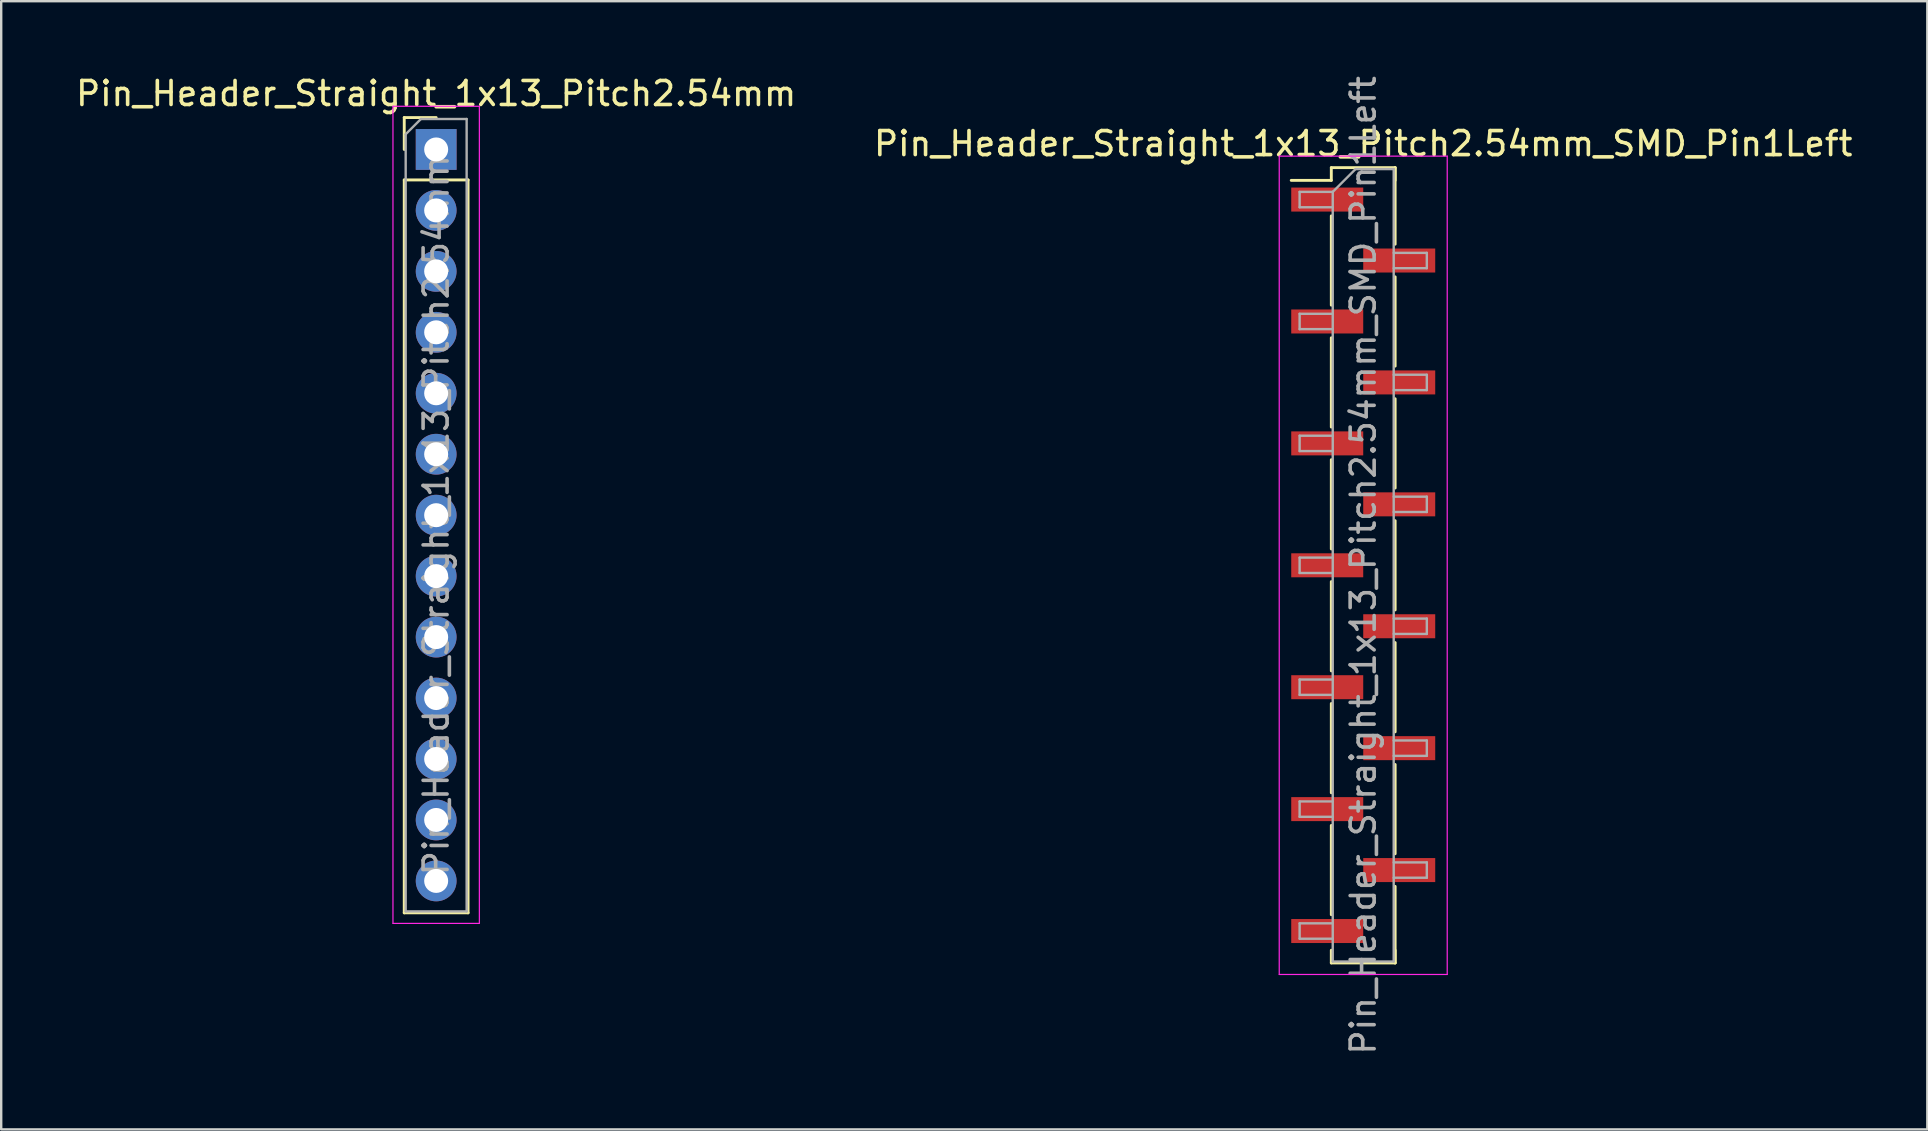
<source format=kicad_pcb>
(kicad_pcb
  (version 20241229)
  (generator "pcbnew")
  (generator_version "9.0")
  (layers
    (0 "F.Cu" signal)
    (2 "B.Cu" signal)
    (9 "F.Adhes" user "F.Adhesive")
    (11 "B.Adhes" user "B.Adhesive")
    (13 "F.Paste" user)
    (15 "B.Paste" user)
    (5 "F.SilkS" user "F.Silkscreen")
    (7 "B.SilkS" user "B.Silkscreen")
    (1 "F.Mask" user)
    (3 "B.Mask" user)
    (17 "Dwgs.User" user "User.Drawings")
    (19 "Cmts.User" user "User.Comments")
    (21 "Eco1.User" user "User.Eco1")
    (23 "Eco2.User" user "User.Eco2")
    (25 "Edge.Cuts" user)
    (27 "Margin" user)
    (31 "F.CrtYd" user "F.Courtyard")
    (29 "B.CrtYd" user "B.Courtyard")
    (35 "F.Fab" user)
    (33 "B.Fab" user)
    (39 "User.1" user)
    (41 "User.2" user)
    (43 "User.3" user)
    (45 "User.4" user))
  (footprint "Pin_Header_Straight_1x13_Pitch2.54mm_SMD_Pin1Left"
    (layer "F.Cu")
    (at 53.756 20.506)
    (property "Reference" "Pin_Header_Straight_1x13_Pitch2.54mm_SMD_Pin1Left" (at 0 -17.57 0) (layer "F.SilkS") (effects (font (size 1 1) (thickness 0.15))))
    (attr smd)
    (fp_line (start -1.33 -16.57) (end 1.33 -16.57) (stroke (width 0.12) (type solid)) (layer "F.SilkS"))
    (fp_line (start -1.33 -16.04) (end -3 -16.04) (stroke (width 0.12) (type solid)) (layer "F.SilkS"))
    (fp_line (start -1.33 -16.04) (end -1.33 -16.57) (stroke (width 0.12) (type solid)) (layer "F.SilkS"))
    (fp_line (start -1.33 -14.56) (end -1.33 -10.84) (stroke (width 0.12) (type solid)) (layer "F.SilkS"))
    (fp_line (start -1.33 -9.48) (end -1.33 -5.76) (stroke (width 0.12) (type solid)) (layer "F.SilkS"))
    (fp_line (start -1.33 -4.4) (end -1.33 -0.68) (stroke (width 0.12) (type solid)) (layer "F.SilkS"))
    (fp_line (start -1.33 0.68) (end -1.33 4.4) (stroke (width 0.12) (type solid)) (layer "F.SilkS"))
    (fp_line (start -1.33 5.76) (end -1.33 9.48) (stroke (width 0.12) (type solid)) (layer "F.SilkS"))
    (fp_line (start -1.33 10.84) (end -1.33 14.56) (stroke (width 0.12) (type solid)) (layer "F.SilkS"))
    (fp_line (start -1.33 16.04) (end -1.33 16.57) (stroke (width 0.12) (type solid)) (layer "F.SilkS"))
    (fp_line (start -1.33 16.57) (end 1.33 16.57) (stroke (width 0.12) (type solid)) (layer "F.SilkS"))
    (fp_line (start 1.33 -16.57) (end 1.33 -16.04) (stroke (width 0.12) (type solid)) (layer "F.SilkS"))
    (fp_line (start 1.33 -16.57) (end 1.33 -13.38) (stroke (width 0.12) (type solid)) (layer "F.SilkS"))
    (fp_line (start 1.33 -12.02) (end 1.33 -8.3) (stroke (width 0.12) (type solid)) (layer "F.SilkS"))
    (fp_line (start 1.33 -6.94) (end 1.33 -3.22) (stroke (width 0.12) (type solid)) (layer "F.SilkS"))
    (fp_line (start 1.33 -1.86) (end 1.33 1.86) (stroke (width 0.12) (type solid)) (layer "F.SilkS"))
    (fp_line (start 1.33 3.22) (end 1.33 6.94) (stroke (width 0.12) (type solid)) (layer "F.SilkS"))
    (fp_line (start 1.33 8.3) (end 1.33 12.02) (stroke (width 0.12) (type solid)) (layer "F.SilkS"))
    (fp_line (start 1.33 13.38) (end 1.33 16.57) (stroke (width 0.12) (type solid)) (layer "F.SilkS"))
    (fp_line (start 1.33 16.57) (end 1.33 16.04) (stroke (width 0.12) (type solid)) (layer "F.SilkS"))
    (fp_line (start -3.5 -17.05) (end -3.5 17.05) (stroke (width 0.05) (type solid)) (layer "F.CrtYd"))
    (fp_line (start -3.5 17.05) (end 3.5 17.05) (stroke (width 0.05) (type solid)) (layer "F.CrtYd"))
    (fp_line (start 3.5 -17.05) (end -3.5 -17.05) (stroke (width 0.05) (type solid)) (layer "F.CrtYd"))
    (fp_line (start 3.5 17.05) (end 3.5 -17.05) (stroke (width 0.05) (type solid)) (layer "F.CrtYd"))
    (fp_line (start -2.65 -15.56) (end -2.65 -14.92) (stroke (width 0.1) (type solid)) (layer "F.Fab"))
    (fp_line (start -2.65 -14.92) (end -1.27 -14.92) (stroke (width 0.1) (type solid)) (layer "F.Fab"))
    (fp_line (start -2.65 -10.48) (end -2.65 -9.84) (stroke (width 0.1) (type solid)) (layer "F.Fab"))
    (fp_line (start -2.65 -9.84) (end -1.27 -9.84) (stroke (width 0.1) (type solid)) (layer "F.Fab"))
    (fp_line (start -2.65 -5.4) (end -2.65 -4.76) (stroke (width 0.1) (type solid)) (layer "F.Fab"))
    (fp_line (start -2.65 -4.76) (end -1.27 -4.76) (stroke (width 0.1) (type solid)) (layer "F.Fab"))
    (fp_line (start -2.65 -0.32) (end -2.65 0.32) (stroke (width 0.1) (type solid)) (layer "F.Fab"))
    (fp_line (start -2.65 0.32) (end -1.27 0.32) (stroke (width 0.1) (type solid)) (layer "F.Fab"))
    (fp_line (start -2.65 4.76) (end -2.65 5.4) (stroke (width 0.1) (type solid)) (layer "F.Fab"))
    (fp_line (start -2.65 5.4) (end -1.27 5.4) (stroke (width 0.1) (type solid)) (layer "F.Fab"))
    (fp_line (start -2.65 9.84) (end -2.65 10.48) (stroke (width 0.1) (type solid)) (layer "F.Fab"))
    (fp_line (start -2.65 10.48) (end -1.27 10.48) (stroke (width 0.1) (type solid)) (layer "F.Fab"))
    (fp_line (start -2.65 14.92) (end -2.65 15.56) (stroke (width 0.1) (type solid)) (layer "F.Fab"))
    (fp_line (start -2.65 15.56) (end -1.27 15.56) (stroke (width 0.1) (type solid)) (layer "F.Fab"))
    (fp_line (start -1.27 -15.56) (end -2.65 -15.56) (stroke (width 0.1) (type solid)) (layer "F.Fab"))
    (fp_line (start -1.27 -15.56) (end -0.32 -16.51) (stroke (width 0.1) (type solid)) (layer "F.Fab"))
    (fp_line (start -1.27 -10.48) (end -2.65 -10.48) (stroke (width 0.1) (type solid)) (layer "F.Fab"))
    (fp_line (start -1.27 -5.4) (end -2.65 -5.4) (stroke (width 0.1) (type solid)) (layer "F.Fab"))
    (fp_line (start -1.27 -0.32) (end -2.65 -0.32) (stroke (width 0.1) (type solid)) (layer "F.Fab"))
    (fp_line (start -1.27 4.76) (end -2.65 4.76) (stroke (width 0.1) (type solid)) (layer "F.Fab"))
    (fp_line (start -1.27 9.84) (end -2.65 9.84) (stroke (width 0.1) (type solid)) (layer "F.Fab"))
    (fp_line (start -1.27 14.92) (end -2.65 14.92) (stroke (width 0.1) (type solid)) (layer "F.Fab"))
    (fp_line (start -1.27 16.51) (end -1.27 -15.56) (stroke (width 0.1) (type solid)) (layer "F.Fab"))
    (fp_line (start -0.32 -16.51) (end 1.27 -16.51) (stroke (width 0.1) (type solid)) (layer "F.Fab"))
    (fp_line (start 1.27 -16.51) (end 1.27 16.51) (stroke (width 0.1) (type solid)) (layer "F.Fab"))
    (fp_line (start 1.27 -13.02) (end 2.65 -13.02) (stroke (width 0.1) (type solid)) (layer "F.Fab"))
    (fp_line (start 1.27 -7.94) (end 2.65 -7.94) (stroke (width 0.1) (type solid)) (layer "F.Fab"))
    (fp_line (start 1.27 -2.86) (end 2.65 -2.86) (stroke (width 0.1) (type solid)) (layer "F.Fab"))
    (fp_line (start 1.27 2.22) (end 2.65 2.22) (stroke (width 0.1) (type solid)) (layer "F.Fab"))
    (fp_line (start 1.27 7.3) (end 2.65 7.3) (stroke (width 0.1) (type solid)) (layer "F.Fab"))
    (fp_line (start 1.27 12.38) (end 2.65 12.38) (stroke (width 0.1) (type solid)) (layer "F.Fab"))
    (fp_line (start 1.27 16.51) (end -1.27 16.51) (stroke (width 0.1) (type solid)) (layer "F.Fab"))
    (fp_line (start 2.65 -13.02) (end 2.65 -12.38) (stroke (width 0.1) (type solid)) (layer "F.Fab"))
    (fp_line (start 2.65 -12.38) (end 1.27 -12.38) (stroke (width 0.1) (type solid)) (layer "F.Fab"))
    (fp_line (start 2.65 -7.94) (end 2.65 -7.3) (stroke (width 0.1) (type solid)) (layer "F.Fab"))
    (fp_line (start 2.65 -7.3) (end 1.27 -7.3) (stroke (width 0.1) (type solid)) (layer "F.Fab"))
    (fp_line (start 2.65 -2.86) (end 2.65 -2.22) (stroke (width 0.1) (type solid)) (layer "F.Fab"))
    (fp_line (start 2.65 -2.22) (end 1.27 -2.22) (stroke (width 0.1) (type solid)) (layer "F.Fab"))
    (fp_line (start 2.65 2.22) (end 2.65 2.86) (stroke (width 0.1) (type solid)) (layer "F.Fab"))
    (fp_line (start 2.65 2.86) (end 1.27 2.86) (stroke (width 0.1) (type solid)) (layer "F.Fab"))
    (fp_line (start 2.65 7.3) (end 2.65 7.94) (stroke (width 0.1) (type solid)) (layer "F.Fab"))
    (fp_line (start 2.65 7.94) (end 1.27 7.94) (stroke (width 0.1) (type solid)) (layer "F.Fab"))
    (fp_line (start 2.65 12.38) (end 2.65 13.02) (stroke (width 0.1) (type solid)) (layer "F.Fab"))
    (fp_line (start 2.65 13.02) (end 1.27 13.02) (stroke (width 0.1) (type solid)) (layer "F.Fab"))
    (fp_text user "${REFERENCE}" (at 0 0 90) (layer "F.Fab") (effects (font (size 1 1) (thickness 0.15))))
    (pad "1" smd rect (at -1.5 -15.24) (size 3 1) (layers "F.Cu" "F.Mask" "F.Paste"))
    (pad "2" smd rect (at 1.5 -12.7) (size 3 1) (layers "F.Cu" "F.Mask" "F.Paste"))
    (pad "3" smd rect (at -1.5 -10.16) (size 3 1) (layers "F.Cu" "F.Mask" "F.Paste"))
    (pad "4" smd rect (at 1.5 -7.62) (size 3 1) (layers "F.Cu" "F.Mask" "F.Paste"))
    (pad "5" smd rect (at -1.5 -5.08) (size 3 1) (layers "F.Cu" "F.Mask" "F.Paste"))
    (pad "6" smd rect (at 1.5 -2.54) (size 3 1) (layers "F.Cu" "F.Mask" "F.Paste"))
    (pad "7" smd rect (at -1.5 0) (size 3 1) (layers "F.Cu" "F.Mask" "F.Paste"))
    (pad "8" smd rect (at 1.5 2.54) (size 3 1) (layers "F.Cu" "F.Mask" "F.Paste"))
    (pad "9" smd rect (at -1.5 5.08) (size 3 1) (layers "F.Cu" "F.Mask" "F.Paste"))
    (pad "10" smd rect (at 1.5 7.62) (size 3 1) (layers "F.Cu" "F.Mask" "F.Paste"))
    (pad "11" smd rect (at -1.5 10.16) (size 3 1) (layers "F.Cu" "F.Mask" "F.Paste"))
    (pad "12" smd rect (at 1.5 12.7) (size 3 1) (layers "F.Cu" "F.Mask" "F.Paste"))
    (pad "13" smd rect (at -1.5 15.24) (size 3 1) (layers "F.Cu" "F.Mask" "F.Paste")))
  (footprint "Pin_Header_Straight_1x13_Pitch2.54mm"
    (layer "F.Cu")
    (at 15.125 3.178)
    (property "Reference" "Pin_Header_Straight_1x13_Pitch2.54mm" (at 0 -2.33 0) (layer "F.SilkS") (effects (font (size 1 1) (thickness 0.15))))
    (attr through_hole)
    (fp_line (start -1.33 -1.33) (end 0 -1.33) (stroke (width 0.12) (type solid)) (layer "F.SilkS"))
    (fp_line (start -1.33 0) (end -1.33 -1.33) (stroke (width 0.12) (type solid)) (layer "F.SilkS"))
    (fp_line (start -1.33 1.27) (end -1.33 31.81) (stroke (width 0.12) (type solid)) (layer "F.SilkS"))
    (fp_line (start -1.33 31.81) (end 1.33 31.81) (stroke (width 0.12) (type solid)) (layer "F.SilkS"))
    (fp_line (start 1.33 1.27) (end -1.33 1.27) (stroke (width 0.12) (type solid)) (layer "F.SilkS"))
    (fp_line (start 1.33 31.81) (end 1.33 1.27) (stroke (width 0.12) (type solid)) (layer "F.SilkS"))
    (fp_line (start -1.8 -1.8) (end -1.8 32.25) (stroke (width 0.05) (type solid)) (layer "F.CrtYd"))
    (fp_line (start -1.8 32.25) (end 1.8 32.25) (stroke (width 0.05) (type solid)) (layer "F.CrtYd"))
    (fp_line (start 1.8 -1.8) (end -1.8 -1.8) (stroke (width 0.05) (type solid)) (layer "F.CrtYd"))
    (fp_line (start 1.8 32.25) (end 1.8 -1.8) (stroke (width 0.05) (type solid)) (layer "F.CrtYd"))
    (fp_line (start -1.27 -0.635) (end -0.635 -1.27) (stroke (width 0.1) (type solid)) (layer "F.Fab"))
    (fp_line (start -1.27 31.75) (end -1.27 -0.635) (stroke (width 0.1) (type solid)) (layer "F.Fab"))
    (fp_line (start -0.635 -1.27) (end 1.27 -1.27) (stroke (width 0.1) (type solid)) (layer "F.Fab"))
    (fp_line (start 1.27 -1.27) (end 1.27 31.75) (stroke (width 0.1) (type solid)) (layer "F.Fab"))
    (fp_line (start 1.27 31.75) (end -1.27 31.75) (stroke (width 0.1) (type solid)) (layer "F.Fab"))
    (fp_text user "${REFERENCE}" (at 0 15.24 90) (layer "F.Fab") (effects (font (size 1 1) (thickness 0.15))))
    (pad "1" thru_hole rect (at 0 0) (size 1.7 1.7) (drill 1) (layers "*.Cu" "*.Mask"))
    (pad "2" thru_hole oval (at 0 2.54) (size 1.7 1.7) (drill 1) (layers "*.Cu" "*.Mask"))
    (pad "3" thru_hole oval (at 0 5.08) (size 1.7 1.7) (drill 1) (layers "*.Cu" "*.Mask"))
    (pad "4" thru_hole oval (at 0 7.62) (size 1.7 1.7) (drill 1) (layers "*.Cu" "*.Mask"))
    (pad "5" thru_hole oval (at 0 10.16) (size 1.7 1.7) (drill 1) (layers "*.Cu" "*.Mask"))
    (pad "6" thru_hole oval (at 0 12.7) (size 1.7 1.7) (drill 1) (layers "*.Cu" "*.Mask"))
    (pad "7" thru_hole oval (at 0 15.24) (size 1.7 1.7) (drill 1) (layers "*.Cu" "*.Mask"))
    (pad "8" thru_hole oval (at 0 17.78) (size 1.7 1.7) (drill 1) (layers "*.Cu" "*.Mask"))
    (pad "9" thru_hole oval (at 0 20.32) (size 1.7 1.7) (drill 1) (layers "*.Cu" "*.Mask"))
    (pad "10" thru_hole oval (at 0 22.86) (size 1.7 1.7) (drill 1) (layers "*.Cu" "*.Mask"))
    (pad "11" thru_hole oval (at 0 25.4) (size 1.7 1.7) (drill 1) (layers "*.Cu" "*.Mask"))
    (pad "12" thru_hole oval (at 0 27.94) (size 1.7 1.7) (drill 1) (layers "*.Cu" "*.Mask"))
    (pad "13" thru_hole oval (at 0 30.48) (size 1.7 1.7) (drill 1) (layers "*.Cu" "*.Mask")))
  (gr_rect
    (start -3 -3)
    (end 77.262 44.012)
    (stroke (width 0.1) (type default))
    (fill no)
    (layer "Edge.Cuts")))
</source>
